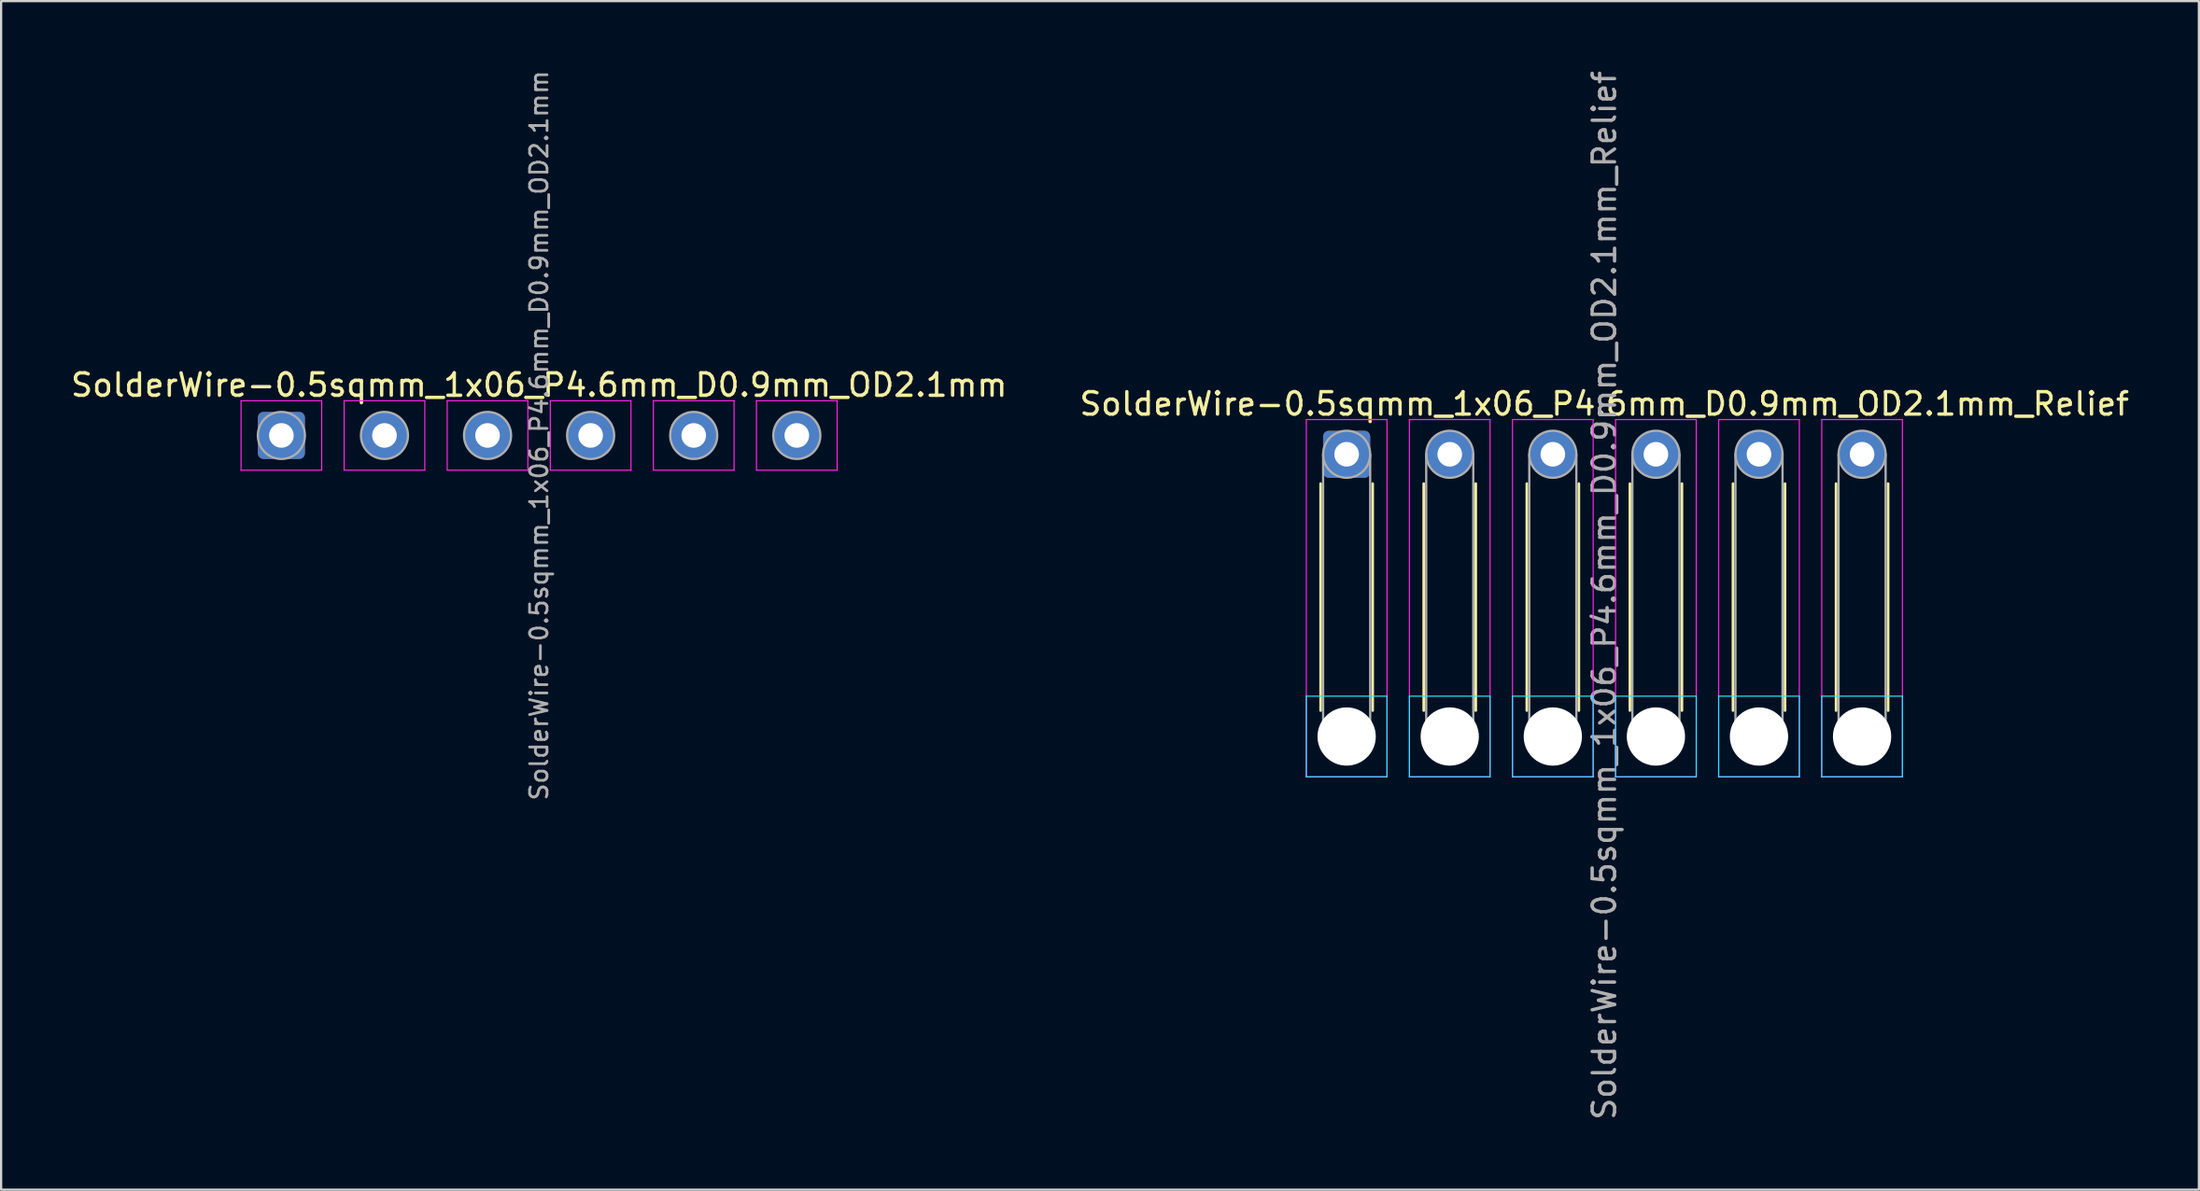
<source format=kicad_pcb>
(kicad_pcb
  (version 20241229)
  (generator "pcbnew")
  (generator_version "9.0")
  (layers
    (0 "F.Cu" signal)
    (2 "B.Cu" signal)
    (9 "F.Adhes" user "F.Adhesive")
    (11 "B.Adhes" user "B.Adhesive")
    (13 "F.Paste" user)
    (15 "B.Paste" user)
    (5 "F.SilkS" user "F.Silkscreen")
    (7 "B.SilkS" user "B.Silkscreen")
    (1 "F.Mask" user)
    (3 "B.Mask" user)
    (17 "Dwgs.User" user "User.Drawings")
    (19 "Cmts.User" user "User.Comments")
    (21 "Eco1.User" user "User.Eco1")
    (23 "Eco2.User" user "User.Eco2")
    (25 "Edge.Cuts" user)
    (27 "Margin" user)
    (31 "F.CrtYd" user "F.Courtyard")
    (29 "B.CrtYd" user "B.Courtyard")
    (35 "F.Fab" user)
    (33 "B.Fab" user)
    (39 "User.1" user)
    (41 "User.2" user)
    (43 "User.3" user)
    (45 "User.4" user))
  (footprint "SolderWire-0.5sqmm_1x06_P4.6mm_D0.9mm_OD2.1mm"
    (layer "F.Cu")
    (at 9.506 16.389)
    (property "Reference" "SolderWire-0.5sqmm_1x06_P4.6mm_D0.9mm_OD2.1mm" (at 11.5 -2.25 0) (layer "F.SilkS") (effects (font (size 1 1) (thickness 0.15))))
    (attr exclude_from_pos_files exclude_from_bom)
    (fp_line (start -1.8 -1.55) (end -1.8 1.55) (stroke (width 0.05) (type solid)) (layer "F.CrtYd"))
    (fp_line (start -1.8 1.55) (end 1.8 1.55) (stroke (width 0.05) (type solid)) (layer "F.CrtYd"))
    (fp_line (start 1.8 -1.55) (end -1.8 -1.55) (stroke (width 0.05) (type solid)) (layer "F.CrtYd"))
    (fp_line (start 1.8 1.55) (end 1.8 -1.55) (stroke (width 0.05) (type solid)) (layer "F.CrtYd"))
    (fp_line (start 2.8 -1.55) (end 2.8 1.55) (stroke (width 0.05) (type solid)) (layer "F.CrtYd"))
    (fp_line (start 2.8 1.55) (end 6.4 1.55) (stroke (width 0.05) (type solid)) (layer "F.CrtYd"))
    (fp_line (start 6.4 -1.55) (end 2.8 -1.55) (stroke (width 0.05) (type solid)) (layer "F.CrtYd"))
    (fp_line (start 6.4 1.55) (end 6.4 -1.55) (stroke (width 0.05) (type solid)) (layer "F.CrtYd"))
    (fp_line (start 7.4 -1.55) (end 7.4 1.55) (stroke (width 0.05) (type solid)) (layer "F.CrtYd"))
    (fp_line (start 7.4 1.55) (end 11 1.55) (stroke (width 0.05) (type solid)) (layer "F.CrtYd"))
    (fp_line (start 11 -1.55) (end 7.4 -1.55) (stroke (width 0.05) (type solid)) (layer "F.CrtYd"))
    (fp_line (start 11 1.55) (end 11 -1.55) (stroke (width 0.05) (type solid)) (layer "F.CrtYd"))
    (fp_line (start 12 -1.55) (end 12 1.55) (stroke (width 0.05) (type solid)) (layer "F.CrtYd"))
    (fp_line (start 12 1.55) (end 15.6 1.55) (stroke (width 0.05) (type solid)) (layer "F.CrtYd"))
    (fp_line (start 15.6 -1.55) (end 12 -1.55) (stroke (width 0.05) (type solid)) (layer "F.CrtYd"))
    (fp_line (start 15.6 1.55) (end 15.6 -1.55) (stroke (width 0.05) (type solid)) (layer "F.CrtYd"))
    (fp_line (start 16.6 -1.55) (end 16.6 1.55) (stroke (width 0.05) (type solid)) (layer "F.CrtYd"))
    (fp_line (start 16.6 1.55) (end 20.2 1.55) (stroke (width 0.05) (type solid)) (layer "F.CrtYd"))
    (fp_line (start 20.2 -1.55) (end 16.6 -1.55) (stroke (width 0.05) (type solid)) (layer "F.CrtYd"))
    (fp_line (start 20.2 1.55) (end 20.2 -1.55) (stroke (width 0.05) (type solid)) (layer "F.CrtYd"))
    (fp_line (start 21.2 -1.55) (end 21.2 1.55) (stroke (width 0.05) (type solid)) (layer "F.CrtYd"))
    (fp_line (start 21.2 1.55) (end 24.8 1.55) (stroke (width 0.05) (type solid)) (layer "F.CrtYd"))
    (fp_line (start 24.8 -1.55) (end 21.2 -1.55) (stroke (width 0.05) (type solid)) (layer "F.CrtYd"))
    (fp_line (start 24.8 1.55) (end 24.8 -1.55) (stroke (width 0.05) (type solid)) (layer "F.CrtYd"))
    (fp_circle (center 0 0) (end 1.05 0) (stroke (width 0.1) (type solid)) (fill no) (layer "F.Fab"))
    (fp_circle (center 4.6 0) (end 5.65 0) (stroke (width 0.1) (type solid)) (fill no) (layer "F.Fab"))
    (fp_circle (center 9.2 0) (end 10.25 0) (stroke (width 0.1) (type solid)) (fill no) (layer "F.Fab"))
    (fp_circle (center 13.8 0) (end 14.85 0) (stroke (width 0.1) (type solid)) (fill no) (layer "F.Fab"))
    (fp_circle (center 18.4 0) (end 19.45 0) (stroke (width 0.1) (type solid)) (fill no) (layer "F.Fab"))
    (fp_circle (center 23 0) (end 24.05 0) (stroke (width 0.1) (type solid)) (fill no) (layer "F.Fab"))
    (fp_text user "${REFERENCE}" (at 11.5 0 90) (layer "F.Fab") (effects (font (size 0.78 0.78) (thickness 0.12))))
    (pad "1" thru_hole roundrect (at 0 0) (size 2.1 2.1) (drill 1.1) (layers "*.Cu" "*.Mask") (roundrect_rratio 0.119))
    (pad "2" thru_hole circle (at 4.6 0) (size 2.1 2.1) (drill 1.1) (layers "*.Cu" "*.Mask"))
    (pad "3" thru_hole circle (at 9.2 0) (size 2.1 2.1) (drill 1.1) (layers "*.Cu" "*.Mask"))
    (pad "4" thru_hole circle (at 13.8 0) (size 2.1 2.1) (drill 1.1) (layers "*.Cu" "*.Mask"))
    (pad "5" thru_hole circle (at 18.4 0) (size 2.1 2.1) (drill 1.1) (layers "*.Cu" "*.Mask"))
    (pad "6" thru_hole circle (at 23 0) (size 2.1 2.1) (drill 1.1) (layers "*.Cu" "*.Mask")))
  (footprint "SolderWire-0.5sqmm_1x06_P4.6mm_D0.9mm_OD2.1mm_Relief"
    (layer "F.Cu")
    (at 57.042 17.23)
    (property "Reference" "SolderWire-0.5sqmm_1x06_P4.6mm_D0.9mm_OD2.1mm_Relief" (at 11.5 -2.25 0) (layer "F.SilkS") (effects (font (size 1 1) (thickness 0.15))))
    (attr exclude_from_pos_files exclude_from_bom)
    (fp_line (start -1.16 1.31) (end -1.16 11.44) (stroke (width 0.12) (type solid)) (layer "F.SilkS"))
    (fp_line (start 1.16 1.31) (end 1.16 11.44) (stroke (width 0.12) (type solid)) (layer "F.SilkS"))
    (fp_line (start 3.44 1.31) (end 3.44 11.44) (stroke (width 0.12) (type solid)) (layer "F.SilkS"))
    (fp_line (start 5.76 1.31) (end 5.76 11.44) (stroke (width 0.12) (type solid)) (layer "F.SilkS"))
    (fp_line (start 8.04 1.31) (end 8.04 11.44) (stroke (width 0.12) (type solid)) (layer "F.SilkS"))
    (fp_line (start 10.36 1.31) (end 10.36 11.44) (stroke (width 0.12) (type solid)) (layer "F.SilkS"))
    (fp_line (start 12.64 1.31) (end 12.64 11.44) (stroke (width 0.12) (type solid)) (layer "F.SilkS"))
    (fp_line (start 14.96 1.31) (end 14.96 11.44) (stroke (width 0.12) (type solid)) (layer "F.SilkS"))
    (fp_line (start 17.24 1.31) (end 17.24 11.44) (stroke (width 0.12) (type solid)) (layer "F.SilkS"))
    (fp_line (start 19.56 1.31) (end 19.56 11.44) (stroke (width 0.12) (type solid)) (layer "F.SilkS"))
    (fp_line (start 21.84 1.31) (end 21.84 11.44) (stroke (width 0.12) (type solid)) (layer "F.SilkS"))
    (fp_line (start 24.16 1.31) (end 24.16 11.44) (stroke (width 0.12) (type solid)) (layer "F.SilkS"))
    (fp_line (start -1.8 10.8) (end -1.8 14.4) (stroke (width 0.05) (type solid)) (layer "B.CrtYd"))
    (fp_line (start -1.8 14.4) (end 1.8 14.4) (stroke (width 0.05) (type solid)) (layer "B.CrtYd"))
    (fp_line (start 1.8 10.8) (end -1.8 10.8) (stroke (width 0.05) (type solid)) (layer "B.CrtYd"))
    (fp_line (start 1.8 14.4) (end 1.8 10.8) (stroke (width 0.05) (type solid)) (layer "B.CrtYd"))
    (fp_line (start 2.8 10.8) (end 2.8 14.4) (stroke (width 0.05) (type solid)) (layer "B.CrtYd"))
    (fp_line (start 2.8 14.4) (end 6.4 14.4) (stroke (width 0.05) (type solid)) (layer "B.CrtYd"))
    (fp_line (start 6.4 10.8) (end 2.8 10.8) (stroke (width 0.05) (type solid)) (layer "B.CrtYd"))
    (fp_line (start 6.4 14.4) (end 6.4 10.8) (stroke (width 0.05) (type solid)) (layer "B.CrtYd"))
    (fp_line (start 7.4 10.8) (end 7.4 14.4) (stroke (width 0.05) (type solid)) (layer "B.CrtYd"))
    (fp_line (start 7.4 14.4) (end 11 14.4) (stroke (width 0.05) (type solid)) (layer "B.CrtYd"))
    (fp_line (start 11 10.8) (end 7.4 10.8) (stroke (width 0.05) (type solid)) (layer "B.CrtYd"))
    (fp_line (start 11 14.4) (end 11 10.8) (stroke (width 0.05) (type solid)) (layer "B.CrtYd"))
    (fp_line (start 12 10.8) (end 12 14.4) (stroke (width 0.05) (type solid)) (layer "B.CrtYd"))
    (fp_line (start 12 14.4) (end 15.6 14.4) (stroke (width 0.05) (type solid)) (layer "B.CrtYd"))
    (fp_line (start 15.6 10.8) (end 12 10.8) (stroke (width 0.05) (type solid)) (layer "B.CrtYd"))
    (fp_line (start 15.6 14.4) (end 15.6 10.8) (stroke (width 0.05) (type solid)) (layer "B.CrtYd"))
    (fp_line (start 16.6 10.8) (end 16.6 14.4) (stroke (width 0.05) (type solid)) (layer "B.CrtYd"))
    (fp_line (start 16.6 14.4) (end 20.2 14.4) (stroke (width 0.05) (type solid)) (layer "B.CrtYd"))
    (fp_line (start 20.2 10.8) (end 16.6 10.8) (stroke (width 0.05) (type solid)) (layer "B.CrtYd"))
    (fp_line (start 20.2 14.4) (end 20.2 10.8) (stroke (width 0.05) (type solid)) (layer "B.CrtYd"))
    (fp_line (start 21.2 10.8) (end 21.2 14.4) (stroke (width 0.05) (type solid)) (layer "B.CrtYd"))
    (fp_line (start 21.2 14.4) (end 24.8 14.4) (stroke (width 0.05) (type solid)) (layer "B.CrtYd"))
    (fp_line (start 24.8 10.8) (end 21.2 10.8) (stroke (width 0.05) (type solid)) (layer "B.CrtYd"))
    (fp_line (start 24.8 14.4) (end 24.8 10.8) (stroke (width 0.05) (type solid)) (layer "B.CrtYd"))
    (fp_line (start -1.8 -1.55) (end -1.8 14.4) (stroke (width 0.05) (type solid)) (layer "F.CrtYd"))
    (fp_line (start -1.8 14.4) (end 1.8 14.4) (stroke (width 0.05) (type solid)) (layer "F.CrtYd"))
    (fp_line (start 1.8 -1.55) (end -1.8 -1.55) (stroke (width 0.05) (type solid)) (layer "F.CrtYd"))
    (fp_line (start 1.8 14.4) (end 1.8 -1.55) (stroke (width 0.05) (type solid)) (layer "F.CrtYd"))
    (fp_line (start 2.8 -1.55) (end 2.8 14.4) (stroke (width 0.05) (type solid)) (layer "F.CrtYd"))
    (fp_line (start 2.8 14.4) (end 6.4 14.4) (stroke (width 0.05) (type solid)) (layer "F.CrtYd"))
    (fp_line (start 6.4 -1.55) (end 2.8 -1.55) (stroke (width 0.05) (type solid)) (layer "F.CrtYd"))
    (fp_line (start 6.4 14.4) (end 6.4 -1.55) (stroke (width 0.05) (type solid)) (layer "F.CrtYd"))
    (fp_line (start 7.4 -1.55) (end 7.4 14.4) (stroke (width 0.05) (type solid)) (layer "F.CrtYd"))
    (fp_line (start 7.4 14.4) (end 11 14.4) (stroke (width 0.05) (type solid)) (layer "F.CrtYd"))
    (fp_line (start 11 -1.55) (end 7.4 -1.55) (stroke (width 0.05) (type solid)) (layer "F.CrtYd"))
    (fp_line (start 11 14.4) (end 11 -1.55) (stroke (width 0.05) (type solid)) (layer "F.CrtYd"))
    (fp_line (start 12 -1.55) (end 12 14.4) (stroke (width 0.05) (type solid)) (layer "F.CrtYd"))
    (fp_line (start 12 14.4) (end 15.6 14.4) (stroke (width 0.05) (type solid)) (layer "F.CrtYd"))
    (fp_line (start 15.6 -1.55) (end 12 -1.55) (stroke (width 0.05) (type solid)) (layer "F.CrtYd"))
    (fp_line (start 15.6 14.4) (end 15.6 -1.55) (stroke (width 0.05) (type solid)) (layer "F.CrtYd"))
    (fp_line (start 16.6 -1.55) (end 16.6 14.4) (stroke (width 0.05) (type solid)) (layer "F.CrtYd"))
    (fp_line (start 16.6 14.4) (end 20.2 14.4) (stroke (width 0.05) (type solid)) (layer "F.CrtYd"))
    (fp_line (start 20.2 -1.55) (end 16.6 -1.55) (stroke (width 0.05) (type solid)) (layer "F.CrtYd"))
    (fp_line (start 20.2 14.4) (end 20.2 -1.55) (stroke (width 0.05) (type solid)) (layer "F.CrtYd"))
    (fp_line (start 21.2 -1.55) (end 21.2 14.4) (stroke (width 0.05) (type solid)) (layer "F.CrtYd"))
    (fp_line (start 21.2 14.4) (end 24.8 14.4) (stroke (width 0.05) (type solid)) (layer "F.CrtYd"))
    (fp_line (start 24.8 -1.55) (end 21.2 -1.55) (stroke (width 0.05) (type solid)) (layer "F.CrtYd"))
    (fp_line (start 24.8 14.4) (end 24.8 -1.55) (stroke (width 0.05) (type solid)) (layer "F.CrtYd"))
    (fp_line (start -1.05 0) (end -1.05 12.6) (stroke (width 0.1) (type solid)) (layer "F.Fab"))
    (fp_line (start 1.05 0) (end 1.05 12.6) (stroke (width 0.1) (type solid)) (layer "F.Fab"))
    (fp_line (start 3.55 0) (end 3.55 12.6) (stroke (width 0.1) (type solid)) (layer "F.Fab"))
    (fp_line (start 5.65 0) (end 5.65 12.6) (stroke (width 0.1) (type solid)) (layer "F.Fab"))
    (fp_line (start 8.15 0) (end 8.15 12.6) (stroke (width 0.1) (type solid)) (layer "F.Fab"))
    (fp_line (start 10.25 0) (end 10.25 12.6) (stroke (width 0.1) (type solid)) (layer "F.Fab"))
    (fp_line (start 12.75 0) (end 12.75 12.6) (stroke (width 0.1) (type solid)) (layer "F.Fab"))
    (fp_line (start 14.85 0) (end 14.85 12.6) (stroke (width 0.1) (type solid)) (layer "F.Fab"))
    (fp_line (start 17.35 0) (end 17.35 12.6) (stroke (width 0.1) (type solid)) (layer "F.Fab"))
    (fp_line (start 19.45 0) (end 19.45 12.6) (stroke (width 0.1) (type solid)) (layer "F.Fab"))
    (fp_line (start 21.95 0) (end 21.95 12.6) (stroke (width 0.1) (type solid)) (layer "F.Fab"))
    (fp_line (start 24.05 0) (end 24.05 12.6) (stroke (width 0.1) (type solid)) (layer "F.Fab"))
    (fp_circle (center 0 0) (end 1.05 0) (stroke (width 0.1) (type solid)) (fill no) (layer "F.Fab"))
    (fp_circle (center 0 12.6) (end 1.05 12.6) (stroke (width 0.1) (type solid)) (fill no) (layer "F.Fab"))
    (fp_circle (center 4.6 0) (end 5.65 0) (stroke (width 0.1) (type solid)) (fill no) (layer "F.Fab"))
    (fp_circle (center 4.6 12.6) (end 5.65 12.6) (stroke (width 0.1) (type solid)) (fill no) (layer "F.Fab"))
    (fp_circle (center 9.2 0) (end 10.25 0) (stroke (width 0.1) (type solid)) (fill no) (layer "F.Fab"))
    (fp_circle (center 9.2 12.6) (end 10.25 12.6) (stroke (width 0.1) (type solid)) (fill no) (layer "F.Fab"))
    (fp_circle (center 13.8 0) (end 14.85 0) (stroke (width 0.1) (type solid)) (fill no) (layer "F.Fab"))
    (fp_circle (center 13.8 12.6) (end 14.85 12.6) (stroke (width 0.1) (type solid)) (fill no) (layer "F.Fab"))
    (fp_circle (center 18.4 0) (end 19.45 0) (stroke (width 0.1) (type solid)) (fill no) (layer "F.Fab"))
    (fp_circle (center 18.4 12.6) (end 19.45 12.6) (stroke (width 0.1) (type solid)) (fill no) (layer "F.Fab"))
    (fp_circle (center 23 0) (end 24.05 0) (stroke (width 0.1) (type solid)) (fill no) (layer "F.Fab"))
    (fp_circle (center 23 12.6) (end 24.05 12.6) (stroke (width 0.1) (type solid)) (fill no) (layer "F.Fab"))
    (fp_text user "${REFERENCE}" (at 11.5 6.3 90) (layer "F.Fab") (effects (font (size 1 1) (thickness 0.15))))
    (pad "" np_thru_hole circle (at 0 12.6) (size 2.6 2.6) (drill 2.6) (layers "*.Cu" "*.Mask"))
    (pad "" np_thru_hole circle (at 4.6 12.6) (size 2.6 2.6) (drill 2.6) (layers "*.Cu" "*.Mask"))
    (pad "" np_thru_hole circle (at 9.2 12.6) (size 2.6 2.6) (drill 2.6) (layers "*.Cu" "*.Mask"))
    (pad "" np_thru_hole circle (at 13.8 12.6) (size 2.6 2.6) (drill 2.6) (layers "*.Cu" "*.Mask"))
    (pad "" np_thru_hole circle (at 18.4 12.6) (size 2.6 2.6) (drill 2.6) (layers "*.Cu" "*.Mask"))
    (pad "" np_thru_hole circle (at 23 12.6) (size 2.6 2.6) (drill 2.6) (layers "*.Cu" "*.Mask"))
    (pad "1" thru_hole roundrect (at 0 0) (size 2.1 2.1) (drill 1.1) (layers "*.Cu" "*.Mask") (roundrect_rratio 0.119))
    (pad "2" thru_hole circle (at 4.6 0) (size 2.1 2.1) (drill 1.1) (layers "*.Cu" "*.Mask"))
    (pad "3" thru_hole circle (at 9.2 0) (size 2.1 2.1) (drill 1.1) (layers "*.Cu" "*.Mask"))
    (pad "4" thru_hole circle (at 13.8 0) (size 2.1 2.1) (drill 1.1) (layers "*.Cu" "*.Mask"))
    (pad "5" thru_hole circle (at 18.4 0) (size 2.1 2.1) (drill 1.1) (layers "*.Cu" "*.Mask"))
    (pad "6" thru_hole circle (at 23 0) (size 2.1 2.1) (drill 1.1) (layers "*.Cu" "*.Mask")))
  (gr_rect
    (start -3 -3)
    (end 95.071 50.06)
    (stroke (width 0.1) (type default))
    (fill no)
    (layer "Edge.Cuts")))
</source>
